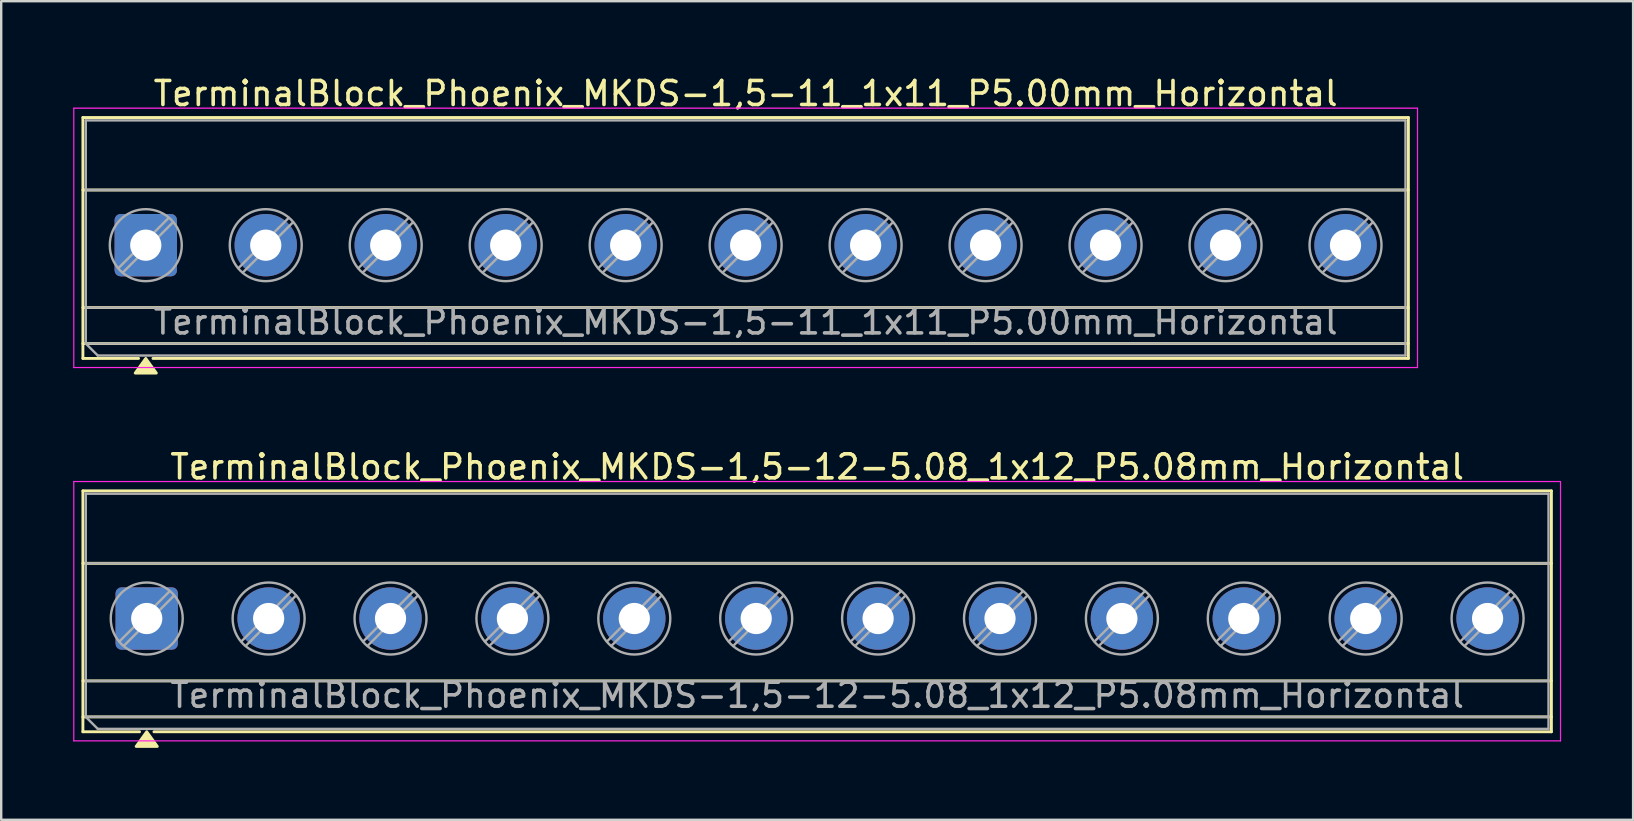
<source format=kicad_pcb>
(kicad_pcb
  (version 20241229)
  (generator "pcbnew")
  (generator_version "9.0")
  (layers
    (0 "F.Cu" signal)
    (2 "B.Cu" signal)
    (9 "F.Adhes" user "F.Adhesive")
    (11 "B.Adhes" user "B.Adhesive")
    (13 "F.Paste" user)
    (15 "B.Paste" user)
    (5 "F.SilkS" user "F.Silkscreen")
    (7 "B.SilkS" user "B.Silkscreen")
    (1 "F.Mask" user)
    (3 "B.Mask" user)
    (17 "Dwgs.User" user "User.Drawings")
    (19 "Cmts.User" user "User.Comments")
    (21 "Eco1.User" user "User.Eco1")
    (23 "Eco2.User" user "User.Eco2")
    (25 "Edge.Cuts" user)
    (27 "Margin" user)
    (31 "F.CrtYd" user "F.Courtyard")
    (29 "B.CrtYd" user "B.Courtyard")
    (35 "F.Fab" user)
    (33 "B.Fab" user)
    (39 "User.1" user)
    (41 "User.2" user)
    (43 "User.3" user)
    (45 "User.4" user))
  (footprint "TerminalBlock_Phoenix_MKDS-1,5-12-5.08_1x12_P5.08mm_Horizontal"
    (layer "F.Cu")
    (at 3.065 22.727)
    (property "Reference" "TerminalBlock_Phoenix_MKDS-1,5-12-5.08_1x12_P5.08mm_Horizontal" (at 27.94 -6.32 0) (layer "F.SilkS") (effects (font (size 1 1) (thickness 0.15))))
    (attr through_hole)
    (fp_line (start -2.66 -5.32) (end 58.54 -5.32) (stroke (width 0.12) (type solid)) (layer "F.SilkS"))
    (fp_line (start -2.66 -2.3) (end 58.54 -2.3) (stroke (width 0.12) (type solid)) (layer "F.SilkS"))
    (fp_line (start -2.66 2.6) (end 58.54 2.6) (stroke (width 0.12) (type solid)) (layer "F.SilkS"))
    (fp_line (start -2.66 4.1) (end 58.54 4.1) (stroke (width 0.12) (type solid)) (layer "F.SilkS"))
    (fp_line (start -2.66 4.72) (end -2.66 -5.32) (stroke (width 0.12) (type solid)) (layer "F.SilkS"))
    (fp_line (start -0.3 4.72) (end -2.66 4.72) (stroke (width 0.12) (type solid)) (layer "F.SilkS"))
    (fp_line (start 58.54 -5.32) (end 58.54 4.72) (stroke (width 0.12) (type solid)) (layer "F.SilkS"))
    (fp_line (start 58.54 4.72) (end 0.3 4.72) (stroke (width 0.12) (type solid)) (layer "F.SilkS"))
    (fp_poly (pts (xy 0 4.72) (xy 0.44 5.33) (xy -0.44 5.33)) (stroke (width 0.12) (type solid)) (fill yes) (layer "F.SilkS"))
    (fp_line (start -3.04 -5.71) (end -3.04 5.1) (stroke (width 0.05) (type solid)) (layer "F.CrtYd"))
    (fp_line (start -3.04 5.1) (end 58.92 5.1) (stroke (width 0.05) (type solid)) (layer "F.CrtYd"))
    (fp_line (start 58.92 -5.71) (end -3.04 -5.71) (stroke (width 0.05) (type solid)) (layer "F.CrtYd"))
    (fp_line (start 58.92 5.1) (end 58.92 -5.71) (stroke (width 0.05) (type solid)) (layer "F.CrtYd"))
    (fp_line (start -2.54 -5.2) (end 58.42 -5.2) (stroke (width 0.1) (type solid)) (layer "F.Fab"))
    (fp_line (start -2.54 -2.3) (end 58.42 -2.3) (stroke (width 0.1) (type solid)) (layer "F.Fab"))
    (fp_line (start -2.54 2.6) (end 58.42 2.6) (stroke (width 0.1) (type solid)) (layer "F.Fab"))
    (fp_line (start -2.54 4.1) (end -2.54 -5.2) (stroke (width 0.1) (type solid)) (layer "F.Fab"))
    (fp_line (start -2.54 4.1) (end 58.42 4.1) (stroke (width 0.1) (type solid)) (layer "F.Fab"))
    (fp_line (start -2.04 4.6) (end -2.54 4.1) (stroke (width 0.1) (type solid)) (layer "F.Fab"))
    (fp_line (start 0.955 -1.138) (end -1.138 0.955) (stroke (width 0.1) (type solid)) (layer "F.Fab"))
    (fp_line (start 1.138 -0.955) (end -0.955 1.138) (stroke (width 0.1) (type solid)) (layer "F.Fab"))
    (fp_line (start 6.035 -1.138) (end 3.942 0.955) (stroke (width 0.1) (type solid)) (layer "F.Fab"))
    (fp_line (start 6.218 -0.955) (end 4.125 1.138) (stroke (width 0.1) (type solid)) (layer "F.Fab"))
    (fp_line (start 11.115 -1.138) (end 9.022 0.955) (stroke (width 0.1) (type solid)) (layer "F.Fab"))
    (fp_line (start 11.298 -0.955) (end 9.205 1.138) (stroke (width 0.1) (type solid)) (layer "F.Fab"))
    (fp_line (start 16.195 -1.138) (end 14.102 0.955) (stroke (width 0.1) (type solid)) (layer "F.Fab"))
    (fp_line (start 16.378 -0.955) (end 14.285 1.138) (stroke (width 0.1) (type solid)) (layer "F.Fab"))
    (fp_line (start 21.275 -1.138) (end 19.182 0.955) (stroke (width 0.1) (type solid)) (layer "F.Fab"))
    (fp_line (start 21.458 -0.955) (end 19.365 1.138) (stroke (width 0.1) (type solid)) (layer "F.Fab"))
    (fp_line (start 26.355 -1.138) (end 24.262 0.955) (stroke (width 0.1) (type solid)) (layer "F.Fab"))
    (fp_line (start 26.538 -0.955) (end 24.445 1.138) (stroke (width 0.1) (type solid)) (layer "F.Fab"))
    (fp_line (start 31.435 -1.138) (end 29.342 0.955) (stroke (width 0.1) (type solid)) (layer "F.Fab"))
    (fp_line (start 31.618 -0.955) (end 29.525 1.138) (stroke (width 0.1) (type solid)) (layer "F.Fab"))
    (fp_line (start 36.515 -1.138) (end 34.422 0.955) (stroke (width 0.1) (type solid)) (layer "F.Fab"))
    (fp_line (start 36.698 -0.955) (end 34.605 1.138) (stroke (width 0.1) (type solid)) (layer "F.Fab"))
    (fp_line (start 41.595 -1.138) (end 39.502 0.955) (stroke (width 0.1) (type solid)) (layer "F.Fab"))
    (fp_line (start 41.778 -0.955) (end 39.685 1.138) (stroke (width 0.1) (type solid)) (layer "F.Fab"))
    (fp_line (start 46.675 -1.138) (end 44.582 0.955) (stroke (width 0.1) (type solid)) (layer "F.Fab"))
    (fp_line (start 46.858 -0.955) (end 44.765 1.138) (stroke (width 0.1) (type solid)) (layer "F.Fab"))
    (fp_line (start 51.755 -1.138) (end 49.662 0.955) (stroke (width 0.1) (type solid)) (layer "F.Fab"))
    (fp_line (start 51.938 -0.955) (end 49.845 1.138) (stroke (width 0.1) (type solid)) (layer "F.Fab"))
    (fp_line (start 56.835 -1.138) (end 54.742 0.955) (stroke (width 0.1) (type solid)) (layer "F.Fab"))
    (fp_line (start 57.018 -0.955) (end 54.925 1.138) (stroke (width 0.1) (type solid)) (layer "F.Fab"))
    (fp_line (start 58.42 -5.2) (end 58.42 4.6) (stroke (width 0.1) (type solid)) (layer "F.Fab"))
    (fp_line (start 58.42 4.6) (end -2.04 4.6) (stroke (width 0.1) (type solid)) (layer "F.Fab"))
    (fp_circle (center 0 0) (end 1.5 0) (stroke (width 0.1) (type solid)) (fill no) (layer "F.Fab"))
    (fp_circle (center 5.08 0) (end 6.58 0) (stroke (width 0.1) (type solid)) (fill no) (layer "F.Fab"))
    (fp_circle (center 10.16 0) (end 11.66 0) (stroke (width 0.1) (type solid)) (fill no) (layer "F.Fab"))
    (fp_circle (center 15.24 0) (end 16.74 0) (stroke (width 0.1) (type solid)) (fill no) (layer "F.Fab"))
    (fp_circle (center 20.32 0) (end 21.82 0) (stroke (width 0.1) (type solid)) (fill no) (layer "F.Fab"))
    (fp_circle (center 25.4 0) (end 26.9 0) (stroke (width 0.1) (type solid)) (fill no) (layer "F.Fab"))
    (fp_circle (center 30.48 0) (end 31.98 0) (stroke (width 0.1) (type solid)) (fill no) (layer "F.Fab"))
    (fp_circle (center 35.56 0) (end 37.06 0) (stroke (width 0.1) (type solid)) (fill no) (layer "F.Fab"))
    (fp_circle (center 40.64 0) (end 42.14 0) (stroke (width 0.1) (type solid)) (fill no) (layer "F.Fab"))
    (fp_circle (center 45.72 0) (end 47.22 0) (stroke (width 0.1) (type solid)) (fill no) (layer "F.Fab"))
    (fp_circle (center 50.8 0) (end 52.3 0) (stroke (width 0.1) (type solid)) (fill no) (layer "F.Fab"))
    (fp_circle (center 55.88 0) (end 57.38 0) (stroke (width 0.1) (type solid)) (fill no) (layer "F.Fab"))
    (fp_text user "${REFERENCE}" (at 27.94 3.2 0) (layer "F.Fab") (effects (font (size 1 1) (thickness 0.15))))
    (pad "1" thru_hole roundrect (at 0 0) (size 2.6 2.6) (drill 1.3) (layers "*.Cu" "*.Mask") (roundrect_rratio 0.096))
    (pad "2" thru_hole circle (at 5.08 0) (size 2.6 2.6) (drill 1.3) (layers "*.Cu" "*.Mask"))
    (pad "3" thru_hole circle (at 10.16 0) (size 2.6 2.6) (drill 1.3) (layers "*.Cu" "*.Mask"))
    (pad "4" thru_hole circle (at 15.24 0) (size 2.6 2.6) (drill 1.3) (layers "*.Cu" "*.Mask"))
    (pad "5" thru_hole circle (at 20.32 0) (size 2.6 2.6) (drill 1.3) (layers "*.Cu" "*.Mask"))
    (pad "6" thru_hole circle (at 25.4 0) (size 2.6 2.6) (drill 1.3) (layers "*.Cu" "*.Mask"))
    (pad "7" thru_hole circle (at 30.48 0) (size 2.6 2.6) (drill 1.3) (layers "*.Cu" "*.Mask"))
    (pad "8" thru_hole circle (at 35.56 0) (size 2.6 2.6) (drill 1.3) (layers "*.Cu" "*.Mask"))
    (pad "9" thru_hole circle (at 40.64 0) (size 2.6 2.6) (drill 1.3) (layers "*.Cu" "*.Mask"))
    (pad "10" thru_hole circle (at 45.72 0) (size 2.6 2.6) (drill 1.3) (layers "*.Cu" "*.Mask"))
    (pad "11" thru_hole circle (at 50.8 0) (size 2.6 2.6) (drill 1.3) (layers "*.Cu" "*.Mask"))
    (pad "12" thru_hole circle (at 55.88 0) (size 2.6 2.6) (drill 1.3) (layers "*.Cu" "*.Mask")))
  (footprint "TerminalBlock_Phoenix_MKDS-1,5-11_1x11_P5.00mm_Horizontal"
    (layer "F.Cu")
    (at 3.025 7.168)
    (property "Reference" "TerminalBlock_Phoenix_MKDS-1,5-11_1x11_P5.00mm_Horizontal" (at 25 -6.32 0) (layer "F.SilkS") (effects (font (size 1 1) (thickness 0.15))))
    (attr through_hole)
    (fp_line (start -2.62 -5.32) (end 52.62 -5.32) (stroke (width 0.12) (type solid)) (layer "F.SilkS"))
    (fp_line (start -2.62 -2.3) (end 52.62 -2.3) (stroke (width 0.12) (type solid)) (layer "F.SilkS"))
    (fp_line (start -2.62 2.6) (end 52.62 2.6) (stroke (width 0.12) (type solid)) (layer "F.SilkS"))
    (fp_line (start -2.62 4.1) (end 52.62 4.1) (stroke (width 0.12) (type solid)) (layer "F.SilkS"))
    (fp_line (start -2.62 4.72) (end -2.62 -5.32) (stroke (width 0.12) (type solid)) (layer "F.SilkS"))
    (fp_line (start -0.3 4.72) (end -2.62 4.72) (stroke (width 0.12) (type solid)) (layer "F.SilkS"))
    (fp_line (start 52.62 -5.32) (end 52.62 4.72) (stroke (width 0.12) (type solid)) (layer "F.SilkS"))
    (fp_line (start 52.62 4.72) (end 0.3 4.72) (stroke (width 0.12) (type solid)) (layer "F.SilkS"))
    (fp_poly (pts (xy 0 4.72) (xy 0.44 5.33) (xy -0.44 5.33)) (stroke (width 0.12) (type solid)) (fill yes) (layer "F.SilkS"))
    (fp_line (start -3 -5.71) (end -3 5.1) (stroke (width 0.05) (type solid)) (layer "F.CrtYd"))
    (fp_line (start -3 5.1) (end 53 5.1) (stroke (width 0.05) (type solid)) (layer "F.CrtYd"))
    (fp_line (start 53 -5.71) (end -3 -5.71) (stroke (width 0.05) (type solid)) (layer "F.CrtYd"))
    (fp_line (start 53 5.1) (end 53 -5.71) (stroke (width 0.05) (type solid)) (layer "F.CrtYd"))
    (fp_line (start -2.5 -5.2) (end 52.5 -5.2) (stroke (width 0.1) (type solid)) (layer "F.Fab"))
    (fp_line (start -2.5 -2.3) (end 52.5 -2.3) (stroke (width 0.1) (type solid)) (layer "F.Fab"))
    (fp_line (start -2.5 2.6) (end 52.5 2.6) (stroke (width 0.1) (type solid)) (layer "F.Fab"))
    (fp_line (start -2.5 4.1) (end -2.5 -5.2) (stroke (width 0.1) (type solid)) (layer "F.Fab"))
    (fp_line (start -2.5 4.1) (end 52.5 4.1) (stroke (width 0.1) (type solid)) (layer "F.Fab"))
    (fp_line (start -2 4.6) (end -2.5 4.1) (stroke (width 0.1) (type solid)) (layer "F.Fab"))
    (fp_line (start 0.955 -1.138) (end -1.138 0.955) (stroke (width 0.1) (type solid)) (layer "F.Fab"))
    (fp_line (start 1.138 -0.955) (end -0.955 1.138) (stroke (width 0.1) (type solid)) (layer "F.Fab"))
    (fp_line (start 5.955 -1.138) (end 3.862 0.955) (stroke (width 0.1) (type solid)) (layer "F.Fab"))
    (fp_line (start 6.138 -0.955) (end 4.045 1.138) (stroke (width 0.1) (type solid)) (layer "F.Fab"))
    (fp_line (start 10.955 -1.138) (end 8.862 0.955) (stroke (width 0.1) (type solid)) (layer "F.Fab"))
    (fp_line (start 11.138 -0.955) (end 9.045 1.138) (stroke (width 0.1) (type solid)) (layer "F.Fab"))
    (fp_line (start 15.955 -1.138) (end 13.862 0.955) (stroke (width 0.1) (type solid)) (layer "F.Fab"))
    (fp_line (start 16.138 -0.955) (end 14.045 1.138) (stroke (width 0.1) (type solid)) (layer "F.Fab"))
    (fp_line (start 20.955 -1.138) (end 18.862 0.955) (stroke (width 0.1) (type solid)) (layer "F.Fab"))
    (fp_line (start 21.138 -0.955) (end 19.045 1.138) (stroke (width 0.1) (type solid)) (layer "F.Fab"))
    (fp_line (start 25.955 -1.138) (end 23.862 0.955) (stroke (width 0.1) (type solid)) (layer "F.Fab"))
    (fp_line (start 26.138 -0.955) (end 24.045 1.138) (stroke (width 0.1) (type solid)) (layer "F.Fab"))
    (fp_line (start 30.955 -1.138) (end 28.862 0.955) (stroke (width 0.1) (type solid)) (layer "F.Fab"))
    (fp_line (start 31.138 -0.955) (end 29.045 1.138) (stroke (width 0.1) (type solid)) (layer "F.Fab"))
    (fp_line (start 35.955 -1.138) (end 33.862 0.955) (stroke (width 0.1) (type solid)) (layer "F.Fab"))
    (fp_line (start 36.138 -0.955) (end 34.045 1.138) (stroke (width 0.1) (type solid)) (layer "F.Fab"))
    (fp_line (start 40.955 -1.138) (end 38.862 0.955) (stroke (width 0.1) (type solid)) (layer "F.Fab"))
    (fp_line (start 41.138 -0.955) (end 39.045 1.138) (stroke (width 0.1) (type solid)) (layer "F.Fab"))
    (fp_line (start 45.955 -1.138) (end 43.862 0.955) (stroke (width 0.1) (type solid)) (layer "F.Fab"))
    (fp_line (start 46.138 -0.955) (end 44.045 1.138) (stroke (width 0.1) (type solid)) (layer "F.Fab"))
    (fp_line (start 50.955 -1.138) (end 48.862 0.955) (stroke (width 0.1) (type solid)) (layer "F.Fab"))
    (fp_line (start 51.138 -0.955) (end 49.045 1.138) (stroke (width 0.1) (type solid)) (layer "F.Fab"))
    (fp_line (start 52.5 -5.2) (end 52.5 4.6) (stroke (width 0.1) (type solid)) (layer "F.Fab"))
    (fp_line (start 52.5 4.6) (end -2 4.6) (stroke (width 0.1) (type solid)) (layer "F.Fab"))
    (fp_circle (center 0 0) (end 1.5 0) (stroke (width 0.1) (type solid)) (fill no) (layer "F.Fab"))
    (fp_circle (center 5 0) (end 6.5 0) (stroke (width 0.1) (type solid)) (fill no) (layer "F.Fab"))
    (fp_circle (center 10 0) (end 11.5 0) (stroke (width 0.1) (type solid)) (fill no) (layer "F.Fab"))
    (fp_circle (center 15 0) (end 16.5 0) (stroke (width 0.1) (type solid)) (fill no) (layer "F.Fab"))
    (fp_circle (center 20 0) (end 21.5 0) (stroke (width 0.1) (type solid)) (fill no) (layer "F.Fab"))
    (fp_circle (center 25 0) (end 26.5 0) (stroke (width 0.1) (type solid)) (fill no) (layer "F.Fab"))
    (fp_circle (center 30 0) (end 31.5 0) (stroke (width 0.1) (type solid)) (fill no) (layer "F.Fab"))
    (fp_circle (center 35 0) (end 36.5 0) (stroke (width 0.1) (type solid)) (fill no) (layer "F.Fab"))
    (fp_circle (center 40 0) (end 41.5 0) (stroke (width 0.1) (type solid)) (fill no) (layer "F.Fab"))
    (fp_circle (center 45 0) (end 46.5 0) (stroke (width 0.1) (type solid)) (fill no) (layer "F.Fab"))
    (fp_circle (center 50 0) (end 51.5 0) (stroke (width 0.1) (type solid)) (fill no) (layer "F.Fab"))
    (fp_text user "${REFERENCE}" (at 25 3.2 0) (layer "F.Fab") (effects (font (size 1 1) (thickness 0.15))))
    (pad "1" thru_hole roundrect (at 0 0) (size 2.6 2.6) (drill 1.3) (layers "*.Cu" "*.Mask") (roundrect_rratio 0.096))
    (pad "2" thru_hole circle (at 5 0) (size 2.6 2.6) (drill 1.3) (layers "*.Cu" "*.Mask"))
    (pad "3" thru_hole circle (at 10 0) (size 2.6 2.6) (drill 1.3) (layers "*.Cu" "*.Mask"))
    (pad "4" thru_hole circle (at 15 0) (size 2.6 2.6) (drill 1.3) (layers "*.Cu" "*.Mask"))
    (pad "5" thru_hole circle (at 20 0) (size 2.6 2.6) (drill 1.3) (layers "*.Cu" "*.Mask"))
    (pad "6" thru_hole circle (at 25 0) (size 2.6 2.6) (drill 1.3) (layers "*.Cu" "*.Mask"))
    (pad "7" thru_hole circle (at 30 0) (size 2.6 2.6) (drill 1.3) (layers "*.Cu" "*.Mask"))
    (pad "8" thru_hole circle (at 35 0) (size 2.6 2.6) (drill 1.3) (layers "*.Cu" "*.Mask"))
    (pad "9" thru_hole circle (at 40 0) (size 2.6 2.6) (drill 1.3) (layers "*.Cu" "*.Mask"))
    (pad "10" thru_hole circle (at 45 0) (size 2.6 2.6) (drill 1.3) (layers "*.Cu" "*.Mask"))
    (pad "11" thru_hole circle (at 50 0) (size 2.6 2.6) (drill 1.3) (layers "*.Cu" "*.Mask")))
  (gr_rect
    (start -3 -3)
    (end 65.01 31.116)
    (stroke (width 0.1) (type default))
    (fill no)
    (layer "Edge.Cuts")))
</source>
